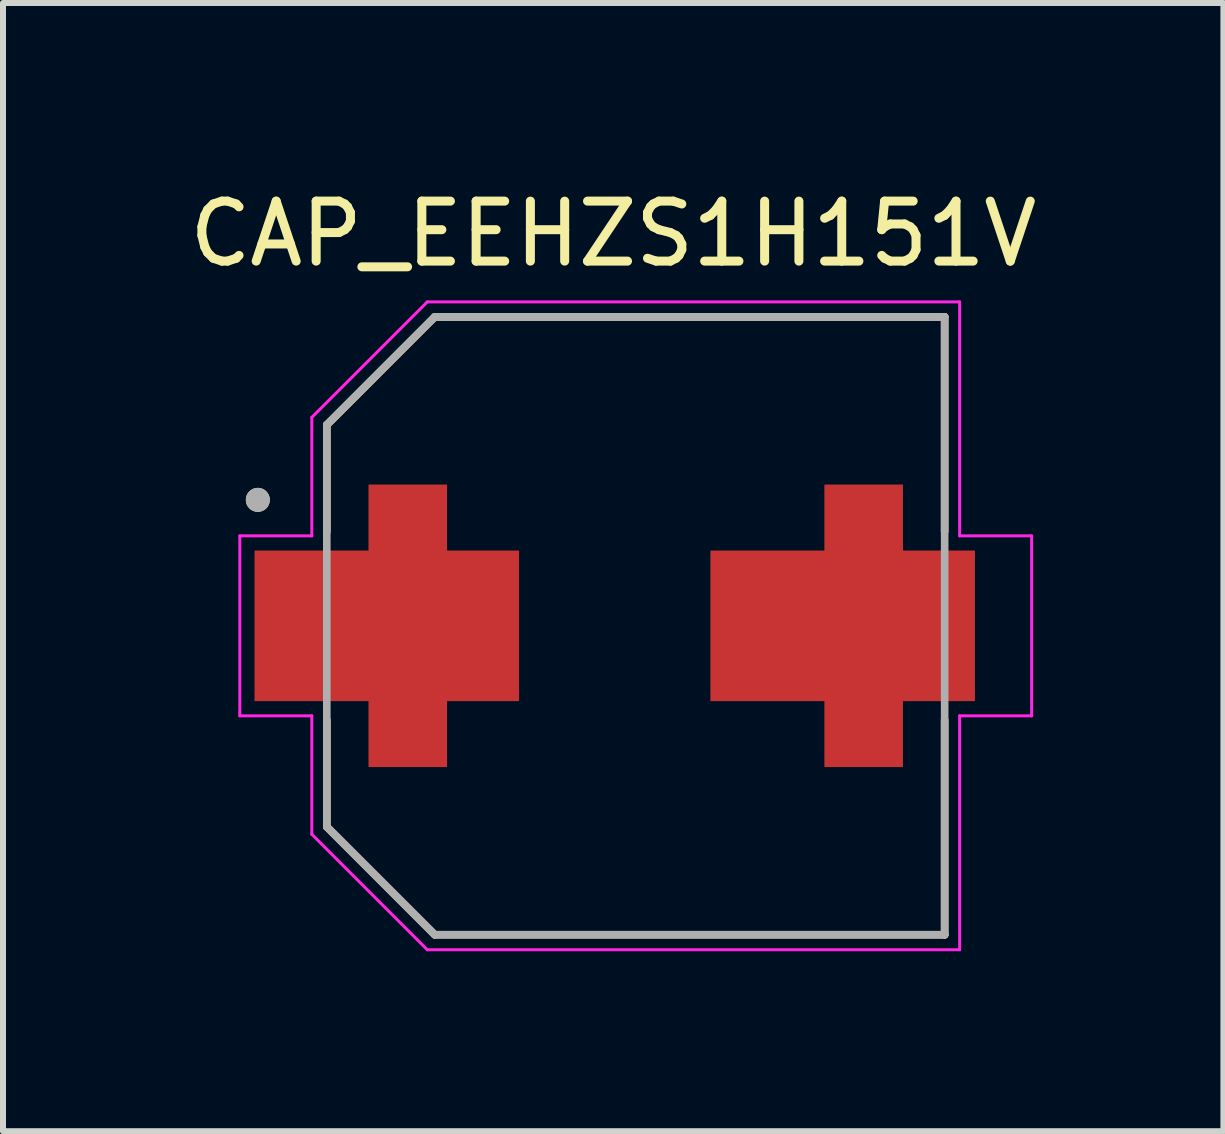
<source format=kicad_pcb>
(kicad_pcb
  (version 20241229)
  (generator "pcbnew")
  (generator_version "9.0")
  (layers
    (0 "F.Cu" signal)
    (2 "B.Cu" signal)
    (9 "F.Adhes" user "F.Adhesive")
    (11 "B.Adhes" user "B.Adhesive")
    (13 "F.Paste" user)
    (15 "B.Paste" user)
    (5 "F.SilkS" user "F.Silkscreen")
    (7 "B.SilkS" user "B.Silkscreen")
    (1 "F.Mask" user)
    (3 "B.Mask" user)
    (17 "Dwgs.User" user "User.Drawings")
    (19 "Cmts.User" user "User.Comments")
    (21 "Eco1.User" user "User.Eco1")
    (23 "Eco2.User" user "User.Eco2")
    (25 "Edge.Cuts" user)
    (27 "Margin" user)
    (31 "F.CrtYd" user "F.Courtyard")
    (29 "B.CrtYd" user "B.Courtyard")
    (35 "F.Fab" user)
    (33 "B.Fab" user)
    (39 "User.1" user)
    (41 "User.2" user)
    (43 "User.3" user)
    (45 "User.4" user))
  (footprint "CAP_EEHZS1H151V"
    (layer "F.Cu")
    (at 7.548 7.383)
    (property "Reference" "CAP_EEHZS1H151V" (at -0.375 -6.535 0) (layer "F.SilkS") (effects (font (size 1 1) (thickness 0.15))))
    (attr smd)
    (fp_poly (pts (xy -4.55 2.45) (xy -4.55 1.35) (xy -6.45 1.35) (xy -6.45 -1.35) (xy -4.55 -1.35) (xy -4.55 -2.45) (xy -3.05 -2.45) (xy -3.05 -1.35) (xy -1.85 -1.35) (xy -1.85 1.35) (xy -3.05 1.35) (xy -3.05 2.45)) (stroke (width 0.01) (type solid)) (fill yes) (layer "F.Mask"))
    (fp_poly (pts (xy 4.55 2.45) (xy 4.55 1.35) (xy 6.45 1.35) (xy 6.45 -1.35) (xy 4.55 -1.35) (xy 4.55 -2.45) (xy 3.05 -2.45) (xy 3.05 -1.35) (xy 1.85 -1.35) (xy 1.85 1.35) (xy 3.05 1.35) (xy 3.05 2.45)) (stroke (width 0.01) (type solid)) (fill yes) (layer "F.Mask"))
    (fp_line (start -5.15 -3.35) (end -5.15 -1.57) (stroke (width 0.127) (type solid)) (layer "F.SilkS"))
    (fp_line (start -5.15 1.57) (end -5.15 3.35) (stroke (width 0.127) (type solid)) (layer "F.SilkS"))
    (fp_line (start -5.15 3.35) (end -3.35 5.15) (stroke (width 0.127) (type solid)) (layer "F.SilkS"))
    (fp_line (start -3.35 -5.15) (end -5.15 -3.35) (stroke (width 0.127) (type solid)) (layer "F.SilkS"))
    (fp_line (start -3.35 5.15) (end 5.15 5.15) (stroke (width 0.127) (type solid)) (layer "F.SilkS"))
    (fp_line (start 5.15 -5.15) (end -3.35 -5.15) (stroke (width 0.127) (type solid)) (layer "F.SilkS"))
    (fp_line (start 5.15 -1.57) (end 5.15 -5.15) (stroke (width 0.127) (type solid)) (layer "F.SilkS"))
    (fp_line (start 5.15 5.15) (end 5.15 1.57) (stroke (width 0.127) (type solid)) (layer "F.SilkS"))
    (fp_circle (center -6.3 -2.1) (end -6.2 -2.1) (stroke (width 0.2) (type solid)) (fill no) (layer "F.SilkS"))
    (fp_poly (pts (xy -4.45 2.35) (xy -4.45 1.25) (xy -6.35 1.25) (xy -6.35 -1.25) (xy -4.45 -1.25) (xy -4.45 -2.35) (xy -3.15 -2.35) (xy -3.15 -1.25) (xy -1.95 -1.25) (xy -1.95 1.25) (xy -3.15 1.25) (xy -3.15 2.35)) (stroke (width 0.01) (type solid)) (fill yes) (layer "F.Paste"))
    (fp_poly (pts (xy 4.45 2.35) (xy 4.45 1.25) (xy 6.35 1.25) (xy 6.35 -1.25) (xy 4.45 -1.25) (xy 4.45 -2.35) (xy 3.15 -2.35) (xy 3.15 -1.25) (xy 1.95 -1.25) (xy 1.95 1.25) (xy 3.15 1.25) (xy 3.15 2.35)) (stroke (width 0.01) (type solid)) (fill yes) (layer "F.Paste"))
    (fp_line (start -6.6 -1.5) (end -5.4 -1.5) (stroke (width 0.05) (type solid)) (layer "F.CrtYd"))
    (fp_line (start -6.6 1.5) (end -6.6 -1.5) (stroke (width 0.05) (type solid)) (layer "F.CrtYd"))
    (fp_line (start -5.4 -3.475) (end -3.475 -5.4) (stroke (width 0.05) (type solid)) (layer "F.CrtYd"))
    (fp_line (start -5.4 -1.5) (end -5.4 -3.475) (stroke (width 0.05) (type solid)) (layer "F.CrtYd"))
    (fp_line (start -5.4 1.5) (end -6.6 1.5) (stroke (width 0.05) (type solid)) (layer "F.CrtYd"))
    (fp_line (start -5.4 3.475) (end -5.4 1.5) (stroke (width 0.05) (type solid)) (layer "F.CrtYd"))
    (fp_line (start -3.475 -5.4) (end 5.4 -5.4) (stroke (width 0.05) (type solid)) (layer "F.CrtYd"))
    (fp_line (start -3.475 5.4) (end -5.4 3.475) (stroke (width 0.05) (type solid)) (layer "F.CrtYd"))
    (fp_line (start 5.4 -5.4) (end 5.4 -1.5) (stroke (width 0.05) (type solid)) (layer "F.CrtYd"))
    (fp_line (start 5.4 -1.5) (end 6.6 -1.5) (stroke (width 0.05) (type solid)) (layer "F.CrtYd"))
    (fp_line (start 5.4 1.5) (end 5.4 5.4) (stroke (width 0.05) (type solid)) (layer "F.CrtYd"))
    (fp_line (start 5.4 5.4) (end -3.475 5.4) (stroke (width 0.05) (type solid)) (layer "F.CrtYd"))
    (fp_line (start 6.6 -1.5) (end 6.6 1.5) (stroke (width 0.05) (type solid)) (layer "F.CrtYd"))
    (fp_line (start 6.6 1.5) (end 5.4 1.5) (stroke (width 0.05) (type solid)) (layer "F.CrtYd"))
    (fp_line (start -5.15 -3.35) (end -5.15 3.35) (stroke (width 0.127) (type solid)) (layer "F.Fab"))
    (fp_line (start -5.15 3.35) (end -3.35 5.15) (stroke (width 0.127) (type solid)) (layer "F.Fab"))
    (fp_line (start -3.35 -5.15) (end -5.15 -3.35) (stroke (width 0.127) (type solid)) (layer "F.Fab"))
    (fp_line (start -3.35 5.15) (end 5.15 5.15) (stroke (width 0.127) (type solid)) (layer "F.Fab"))
    (fp_line (start 5.15 -5.15) (end -3.35 -5.15) (stroke (width 0.127) (type solid)) (layer "F.Fab"))
    (fp_line (start 5.15 5.15) (end 5.15 -5.15) (stroke (width 0.127) (type solid)) (layer "F.Fab"))
    (fp_circle (center -6.3 -2.1) (end -6.2 -2.1) (stroke (width 0.2) (type solid)) (fill no) (layer "F.Fab"))
    (pad "1" smd custom (at -3.8 0) (size 2 2) (layers "F.Cu") (options (anchor rect)) (primitives (gr_poly (pts (xy -0.65 2.35) (xy -0.65 1.25) (xy -2.55 1.25) (xy -2.55 -1.25) (xy -0.65 -1.25) (xy -0.65 -2.35) (xy 0.65 -2.35) (xy 0.65 -1.25) (xy 1.85 -1.25) (xy 1.85 1.25) (xy 0.65 1.25) (xy 0.65 2.35)) (width 0.01) (fill yes))))
    (pad "2" smd custom (at 3.8 0 180) (size 2 2) (layers "F.Cu") (options (anchor rect)) (primitives (gr_poly (pts (xy 0.65 2.35) (xy 0.65 1.25) (xy 2.55 1.25) (xy 2.55 -1.25) (xy 0.65 -1.25) (xy 0.65 -2.35) (xy -0.65 -2.35) (xy -0.65 -1.25) (xy -1.85 -1.25) (xy -1.85 1.25) (xy -0.65 1.25) (xy -0.65 2.35)) (width 0.01) (fill yes)))))
  (gr_rect
    (start -3 -3)
    (end 17.345 15.808)
    (stroke (width 0.1) (type default))
    (fill no)
    (layer "Edge.Cuts")))
</source>
